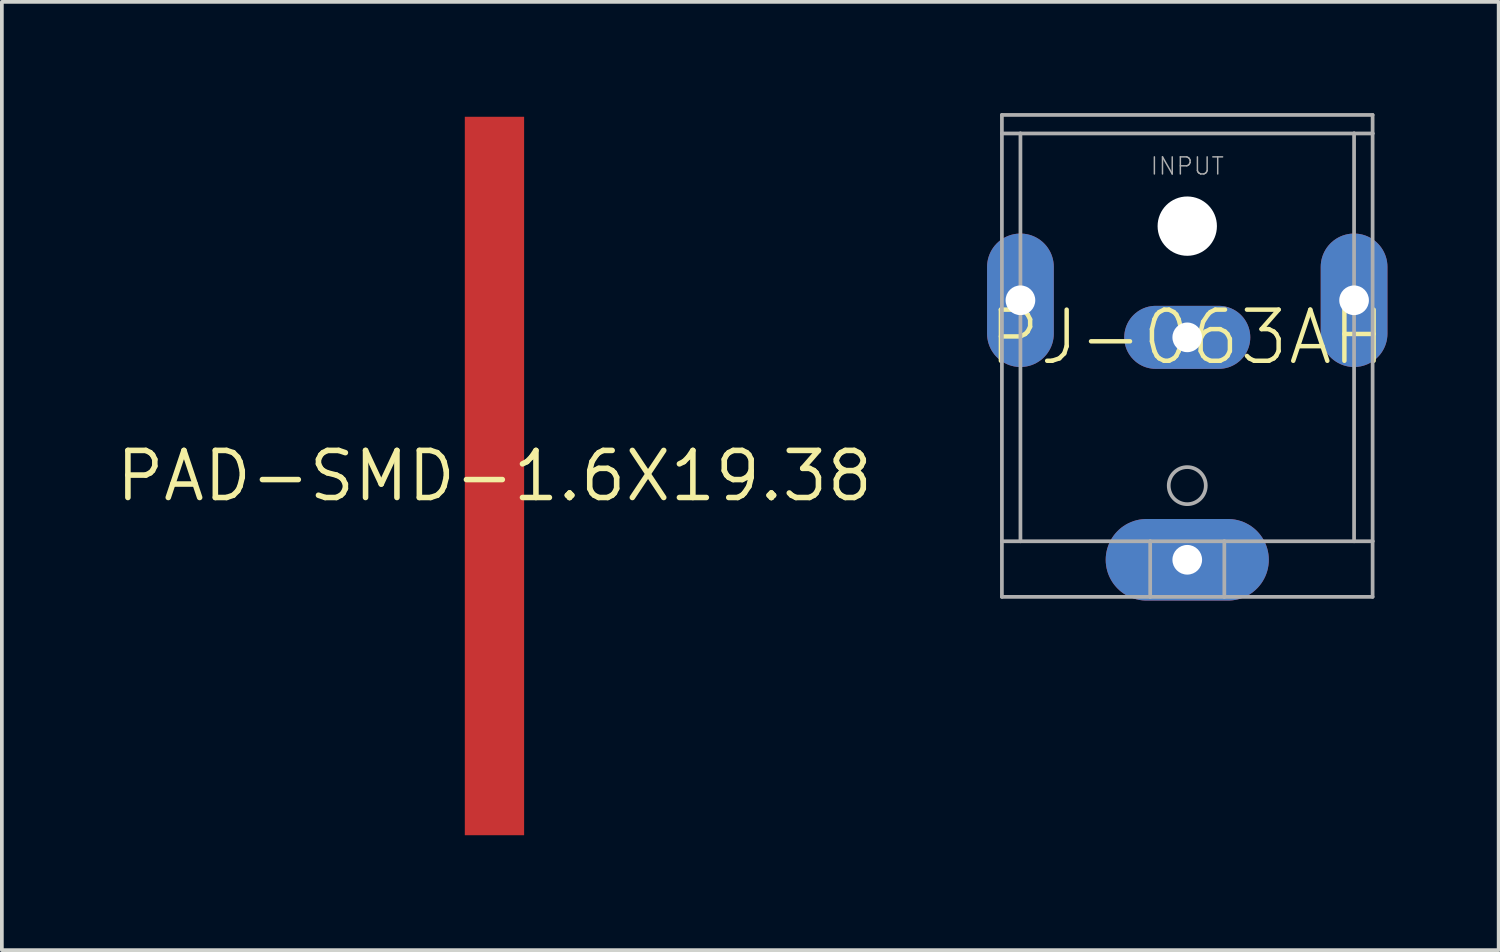
<source format=kicad_pcb>
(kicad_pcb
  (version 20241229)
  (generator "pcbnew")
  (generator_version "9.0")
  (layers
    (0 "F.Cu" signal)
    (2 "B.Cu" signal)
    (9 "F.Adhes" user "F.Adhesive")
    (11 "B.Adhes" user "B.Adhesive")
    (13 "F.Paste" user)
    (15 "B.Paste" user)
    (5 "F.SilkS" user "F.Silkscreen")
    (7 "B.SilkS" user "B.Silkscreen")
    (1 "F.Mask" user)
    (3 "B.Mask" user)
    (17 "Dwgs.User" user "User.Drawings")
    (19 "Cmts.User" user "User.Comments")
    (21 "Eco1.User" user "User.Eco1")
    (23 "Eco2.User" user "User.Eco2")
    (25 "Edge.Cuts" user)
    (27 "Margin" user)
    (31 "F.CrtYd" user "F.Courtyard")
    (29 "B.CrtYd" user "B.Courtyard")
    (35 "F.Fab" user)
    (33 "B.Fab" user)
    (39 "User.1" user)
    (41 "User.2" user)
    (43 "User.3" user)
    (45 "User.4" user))
  (footprint "PJ-063AH"
    (layer "F.Cu")
    (at 28.976 6.05)
    (property "Reference" "PJ-063AH" (at 0 0 0) (unlocked yes) (layer "F.SilkS") (effects (font (size 1.38 1.38) (thickness 0.12))))
    (fp_line (start -5 -6) (end -5 -5.5) (stroke (width 0.1) (type solid)) (layer "F.Fab"))
    (fp_line (start -5 -6) (end 5 -6) (stroke (width 0.1) (type solid)) (layer "F.Fab"))
    (fp_line (start -5 -5.5) (end -5 5.5) (stroke (width 0.1) (type solid)) (layer "F.Fab"))
    (fp_line (start -5 5.5) (end -5 7) (stroke (width 0.1) (type solid)) (layer "F.Fab"))
    (fp_line (start -5 7) (end -1 7) (stroke (width 0.1) (type solid)) (layer "F.Fab"))
    (fp_line (start -4.5 -5.5) (end -5 -5.5) (stroke (width 0.1) (type solid)) (layer "F.Fab"))
    (fp_line (start -4.5 -5.5) (end 4.5 -5.5) (stroke (width 0.1) (type solid)) (layer "F.Fab"))
    (fp_line (start -4.5 5.5) (end -5 5.5) (stroke (width 0.1) (type solid)) (layer "F.Fab"))
    (fp_line (start -4.5 5.5) (end -4.5 -5.5) (stroke (width 0.1) (type solid)) (layer "F.Fab"))
    (fp_line (start -1 5.5) (end -4.5 5.5) (stroke (width 0.1) (type solid)) (layer "F.Fab"))
    (fp_line (start -1 5.5) (end -1 7) (stroke (width 0.1) (type solid)) (layer "F.Fab"))
    (fp_line (start -1 7) (end 1 7) (stroke (width 0.1) (type solid)) (layer "F.Fab"))
    (fp_line (start 1 5.5) (end -1 5.5) (stroke (width 0.1) (type solid)) (layer "F.Fab"))
    (fp_line (start 1 5.5) (end 1 7) (stroke (width 0.1) (type solid)) (layer "F.Fab"))
    (fp_line (start 1 7) (end 5 7) (stroke (width 0.1) (type solid)) (layer "F.Fab"))
    (fp_line (start 4.5 -5.5) (end 4.5 5.5) (stroke (width 0.1) (type solid)) (layer "F.Fab"))
    (fp_line (start 4.5 -5.5) (end 5 -5.5) (stroke (width 0.1) (type solid)) (layer "F.Fab"))
    (fp_line (start 4.5 5.5) (end 1 5.5) (stroke (width 0.1) (type solid)) (layer "F.Fab"))
    (fp_line (start 4.5 5.5) (end 5 5.5) (stroke (width 0.1) (type solid)) (layer "F.Fab"))
    (fp_line (start 5 -6) (end 5 -5.5) (stroke (width 0.1) (type solid)) (layer "F.Fab"))
    (fp_line (start 5 -5.5) (end 5 5.5) (stroke (width 0.1) (type solid)) (layer "F.Fab"))
    (fp_line (start 5 5.5) (end 5 7) (stroke (width 0.1) (type solid)) (layer "F.Fab"))
    (fp_circle (center 0 4) (end 0.5 4) (stroke (width 0.1) (type solid)) (fill no) (layer "F.Fab"))
    (fp_text user "INPUT" (at 0 -4.619 0) (layer "F.Fab") (effects (font (size 0.46 0.46) (thickness 0.04))))
    (pad "" np_thru_hole circle (at 0 -3) (size 1.6 1.6) (drill 1.6) (layers "*.Cu" "*.Mask"))
    (pad "1" thru_hole oval (at 0 6 180) (size 4.4 2.2) (drill 0.8) (layers "*.Cu" "*.Mask"))
    (pad "2" thru_hole oval (at 0 0 180) (size 3.4 1.7) (drill 0.8) (layers "*.Cu" "*.Mask"))
    (pad "S1" thru_hole oval (at -4.5 -1 90) (size 3.6 1.8) (drill 0.8) (layers "*.Cu" "*.Mask"))
    (pad "S2" thru_hole oval (at 4.5 -1 90) (size 3.6 1.8) (drill 0.8) (layers "*.Cu" "*.Mask")))
  (footprint "PAD-SMD-1.6X19.38"
    (layer "F.Cu")
    (at 10.288 9.79)
    (property "Reference" "PAD-SMD-1.6X19.38" (at 0 0 0) (unlocked yes) (layer "F.SilkS") (effects (font (size 1.27 1.27) (thickness 0.15))))
    (fp_poly (pts (xy -0.9 9.79) (xy 0.9 9.79) (xy 0.9 -9.79) (xy -0.9 -9.79)) (stroke (width 0) (type default)) (fill yes) (layer "F.Mask"))
    (pad "0" smd rect (at 0 0) (size 1.6 19.38) (layers "F.Cu")))
  (gr_rect
    (start -3 -3)
    (end 37.376 22.58)
    (stroke (width 0.1) (type default))
    (fill no)
    (layer "Edge.Cuts")))
</source>
